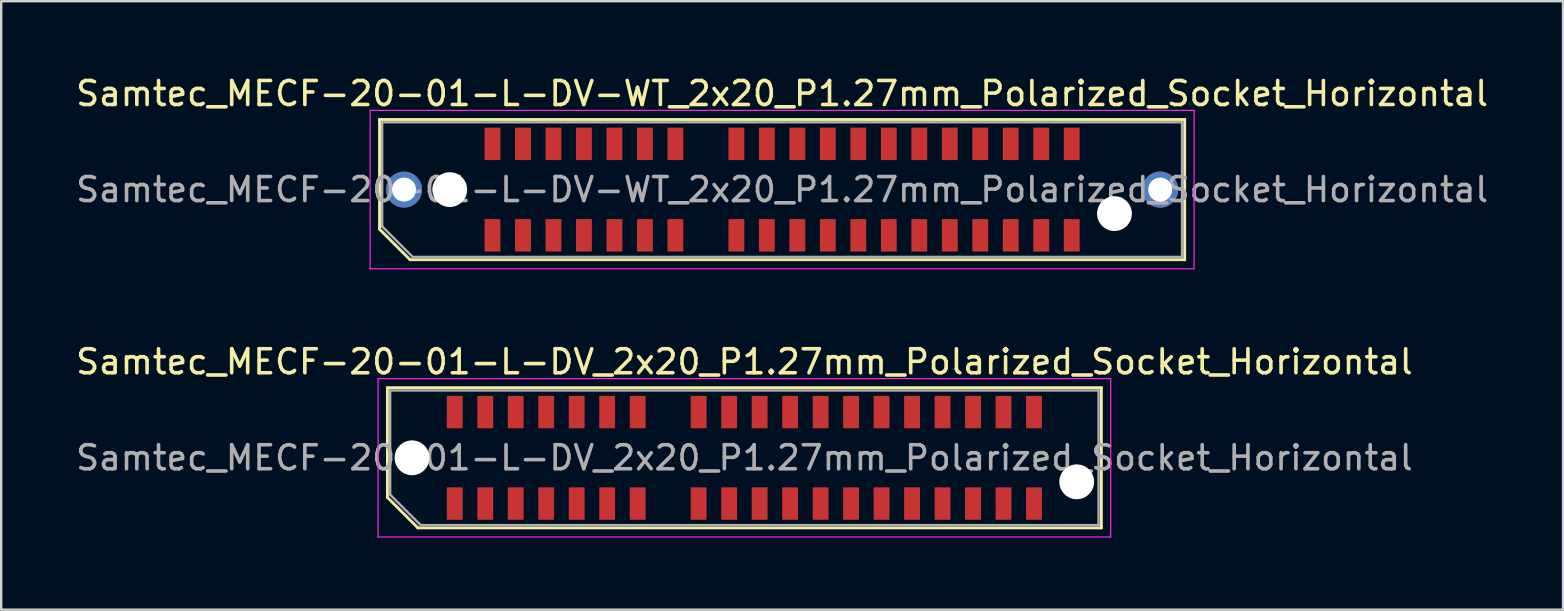
<source format=kicad_pcb>
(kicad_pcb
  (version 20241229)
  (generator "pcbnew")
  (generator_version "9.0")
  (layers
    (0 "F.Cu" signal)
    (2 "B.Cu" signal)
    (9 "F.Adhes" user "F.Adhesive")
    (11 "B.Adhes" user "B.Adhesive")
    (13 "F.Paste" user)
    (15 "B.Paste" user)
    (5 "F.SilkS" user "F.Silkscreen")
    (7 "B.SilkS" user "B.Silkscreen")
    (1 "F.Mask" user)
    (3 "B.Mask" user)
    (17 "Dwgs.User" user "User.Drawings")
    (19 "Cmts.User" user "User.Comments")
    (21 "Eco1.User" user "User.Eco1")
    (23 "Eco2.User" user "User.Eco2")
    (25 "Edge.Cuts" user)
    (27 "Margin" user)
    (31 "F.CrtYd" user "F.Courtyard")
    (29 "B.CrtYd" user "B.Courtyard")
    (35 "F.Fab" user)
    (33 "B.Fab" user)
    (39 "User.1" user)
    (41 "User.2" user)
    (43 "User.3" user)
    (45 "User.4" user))
  (footprint "Samtec_MECF-20-01-L-DV_2x20_P1.27mm_Polarized_Socket_Horizontal"
    (layer "F.Cu")
    (at 27.958 16.021)
    (property "Reference" "Samtec_MECF-20-01-L-DV_2x20_P1.27mm_Polarized_Socket_Horizontal" (at 0 -4 0) (layer "F.SilkS") (effects (font (size 1 1) (thickness 0.15))))
    (attr smd)
    (fp_line (start -14.87 -2.92) (end 14.87 -2.92) (stroke (width 0.12) (type solid)) (layer "F.SilkS"))
    (fp_line (start -14.87 1.65) (end -14.87 -2.92) (stroke (width 0.12) (type solid)) (layer "F.SilkS"))
    (fp_line (start -13.6 2.92) (end -14.87 1.65) (stroke (width 0.12) (type solid)) (layer "F.SilkS"))
    (fp_line (start -13.6 2.92) (end 14.87 2.92) (stroke (width 0.12) (type solid)) (layer "F.SilkS"))
    (fp_line (start 14.87 2.92) (end 14.87 -2.92) (stroke (width 0.12) (type solid)) (layer "F.SilkS"))
    (fp_line (start -15.26 -3.3) (end -15.26 3.3) (stroke (width 0.05) (type solid)) (layer "F.CrtYd"))
    (fp_line (start -15.26 3.3) (end 15.26 3.3) (stroke (width 0.05) (type solid)) (layer "F.CrtYd"))
    (fp_line (start 15.26 -3.3) (end -15.26 -3.3) (stroke (width 0.05) (type solid)) (layer "F.CrtYd"))
    (fp_line (start 15.26 3.3) (end 15.26 -3.3) (stroke (width 0.05) (type solid)) (layer "F.CrtYd"))
    (fp_line (start -14.755 -2.805) (end 14.755 -2.805) (stroke (width 0.1) (type solid)) (layer "F.Fab"))
    (fp_line (start -14.755 1.535) (end -14.755 -2.805) (stroke (width 0.1) (type solid)) (layer "F.Fab"))
    (fp_line (start -14.755 1.535) (end -13.485 2.805) (stroke (width 0.1) (type solid)) (layer "F.Fab"))
    (fp_line (start -13.485 2.805) (end 14.755 2.805) (stroke (width 0.1) (type solid)) (layer "F.Fab"))
    (fp_line (start 14.755 2.805) (end 14.755 -2.805) (stroke (width 0.1) (type solid)) (layer "F.Fab"))
    (fp_text user "${REFERENCE}" (at 0 0 0) (layer "F.Fab") (effects (font (size 1 1) (thickness 0.15))))
    (pad "" np_thru_hole circle (at -13.845 0) (size 1.45 1.45) (drill 1.45) (layers "*.Cu" "*.Mask"))
    (pad "" np_thru_hole circle (at 13.845 1) (size 1.45 1.45) (drill 1.45) (layers "*.Cu" "*.Mask"))
    (pad "1" smd rect (at -12.065 1.905) (size 0.66 1.35) (layers "F.Cu" "F.Mask" "F.Paste"))
    (pad "2" smd rect (at -12.065 -1.905) (size 0.66 1.35) (layers "F.Cu" "F.Mask" "F.Paste"))
    (pad "3" smd rect (at -10.795 1.905) (size 0.66 1.35) (layers "F.Cu" "F.Mask" "F.Paste"))
    (pad "4" smd rect (at -10.795 -1.905) (size 0.66 1.35) (layers "F.Cu" "F.Mask" "F.Paste"))
    (pad "5" smd rect (at -9.525 1.905) (size 0.66 1.35) (layers "F.Cu" "F.Mask" "F.Paste"))
    (pad "6" smd rect (at -9.525 -1.905) (size 0.66 1.35) (layers "F.Cu" "F.Mask" "F.Paste"))
    (pad "7" smd rect (at -8.255 1.905) (size 0.66 1.35) (layers "F.Cu" "F.Mask" "F.Paste"))
    (pad "8" smd rect (at -8.255 -1.905) (size 0.66 1.35) (layers "F.Cu" "F.Mask" "F.Paste"))
    (pad "9" smd rect (at -6.985 1.905) (size 0.66 1.35) (layers "F.Cu" "F.Mask" "F.Paste"))
    (pad "10" smd rect (at -6.985 -1.905) (size 0.66 1.35) (layers "F.Cu" "F.Mask" "F.Paste"))
    (pad "11" smd rect (at -5.715 1.905) (size 0.66 1.35) (layers "F.Cu" "F.Mask" "F.Paste"))
    (pad "12" smd rect (at -5.715 -1.905) (size 0.66 1.35) (layers "F.Cu" "F.Mask" "F.Paste"))
    (pad "13" smd rect (at -4.445 1.905) (size 0.66 1.35) (layers "F.Cu" "F.Mask" "F.Paste"))
    (pad "14" smd rect (at -4.445 -1.905) (size 0.66 1.35) (layers "F.Cu" "F.Mask" "F.Paste"))
    (pad "17" smd rect (at -1.905 1.905) (size 0.66 1.35) (layers "F.Cu" "F.Mask" "F.Paste"))
    (pad "18" smd rect (at -1.905 -1.905) (size 0.66 1.35) (layers "F.Cu" "F.Mask" "F.Paste"))
    (pad "19" smd rect (at -0.635 1.905) (size 0.66 1.35) (layers "F.Cu" "F.Mask" "F.Paste"))
    (pad "20" smd rect (at -0.635 -1.905) (size 0.66 1.35) (layers "F.Cu" "F.Mask" "F.Paste"))
    (pad "21" smd rect (at 0.635 1.905) (size 0.66 1.35) (layers "F.Cu" "F.Mask" "F.Paste"))
    (pad "22" smd rect (at 0.635 -1.905) (size 0.66 1.35) (layers "F.Cu" "F.Mask" "F.Paste"))
    (pad "23" smd rect (at 1.905 1.905) (size 0.66 1.35) (layers "F.Cu" "F.Mask" "F.Paste"))
    (pad "24" smd rect (at 1.905 -1.905) (size 0.66 1.35) (layers "F.Cu" "F.Mask" "F.Paste"))
    (pad "25" smd rect (at 3.175 1.905) (size 0.66 1.35) (layers "F.Cu" "F.Mask" "F.Paste"))
    (pad "26" smd rect (at 3.175 -1.905) (size 0.66 1.35) (layers "F.Cu" "F.Mask" "F.Paste"))
    (pad "27" smd rect (at 4.445 1.905) (size 0.66 1.35) (layers "F.Cu" "F.Mask" "F.Paste"))
    (pad "28" smd rect (at 4.445 -1.905) (size 0.66 1.35) (layers "F.Cu" "F.Mask" "F.Paste"))
    (pad "29" smd rect (at 5.715 1.905) (size 0.66 1.35) (layers "F.Cu" "F.Mask" "F.Paste"))
    (pad "30" smd rect (at 5.715 -1.905) (size 0.66 1.35) (layers "F.Cu" "F.Mask" "F.Paste"))
    (pad "31" smd rect (at 6.985 1.905) (size 0.66 1.35) (layers "F.Cu" "F.Mask" "F.Paste"))
    (pad "32" smd rect (at 6.985 -1.905) (size 0.66 1.35) (layers "F.Cu" "F.Mask" "F.Paste"))
    (pad "33" smd rect (at 8.255 1.905) (size 0.66 1.35) (layers "F.Cu" "F.Mask" "F.Paste"))
    (pad "34" smd rect (at 8.255 -1.905) (size 0.66 1.35) (layers "F.Cu" "F.Mask" "F.Paste"))
    (pad "35" smd rect (at 9.525 1.905) (size 0.66 1.35) (layers "F.Cu" "F.Mask" "F.Paste"))
    (pad "36" smd rect (at 9.525 -1.905) (size 0.66 1.35) (layers "F.Cu" "F.Mask" "F.Paste"))
    (pad "37" smd rect (at 10.795 1.905) (size 0.66 1.35) (layers "F.Cu" "F.Mask" "F.Paste"))
    (pad "38" smd rect (at 10.795 -1.905) (size 0.66 1.35) (layers "F.Cu" "F.Mask" "F.Paste"))
    (pad "39" smd rect (at 12.065 1.905) (size 0.66 1.35) (layers "F.Cu" "F.Mask" "F.Paste"))
    (pad "40" smd rect (at 12.065 -1.905) (size 0.66 1.35) (layers "F.Cu" "F.Mask" "F.Paste")))
  (footprint "Samtec_MECF-20-01-L-DV-WT_2x20_P1.27mm_Polarized_Socket_Horizontal"
    (layer "F.Cu")
    (at 29.53 4.848)
    (property "Reference" "Samtec_MECF-20-01-L-DV-WT_2x20_P1.27mm_Polarized_Socket_Horizontal" (at 0 -4 0) (layer "F.SilkS") (effects (font (size 1 1) (thickness 0.15))))
    (attr smd)
    (fp_line (start -16.77 -2.92) (end 16.77 -2.92) (stroke (width 0.12) (type solid)) (layer "F.SilkS"))
    (fp_line (start -16.77 1.65) (end -16.77 -2.92) (stroke (width 0.12) (type solid)) (layer "F.SilkS"))
    (fp_line (start -15.5 2.92) (end -16.77 1.65) (stroke (width 0.12) (type solid)) (layer "F.SilkS"))
    (fp_line (start -15.5 2.92) (end 16.77 2.92) (stroke (width 0.12) (type solid)) (layer "F.SilkS"))
    (fp_line (start 16.77 2.92) (end 16.77 -2.92) (stroke (width 0.12) (type solid)) (layer "F.SilkS"))
    (fp_line (start -17.16 -3.3) (end -17.16 3.3) (stroke (width 0.05) (type solid)) (layer "F.CrtYd"))
    (fp_line (start -17.16 3.3) (end 17.16 3.3) (stroke (width 0.05) (type solid)) (layer "F.CrtYd"))
    (fp_line (start 17.16 -3.3) (end -17.16 -3.3) (stroke (width 0.05) (type solid)) (layer "F.CrtYd"))
    (fp_line (start 17.16 3.3) (end 17.16 -3.3) (stroke (width 0.05) (type solid)) (layer "F.CrtYd"))
    (fp_line (start -16.66 -2.805) (end 16.66 -2.805) (stroke (width 0.1) (type solid)) (layer "F.Fab"))
    (fp_line (start -16.66 1.535) (end -16.66 -2.805) (stroke (width 0.1) (type solid)) (layer "F.Fab"))
    (fp_line (start -16.66 1.535) (end -15.39 2.805) (stroke (width 0.1) (type solid)) (layer "F.Fab"))
    (fp_line (start -15.39 2.805) (end 16.66 2.805) (stroke (width 0.1) (type solid)) (layer "F.Fab"))
    (fp_line (start 16.66 2.805) (end 16.66 -2.805) (stroke (width 0.1) (type solid)) (layer "F.Fab"))
    (fp_text user "${REFERENCE}" (at 0 0 0) (layer "F.Fab") (effects (font (size 1 1) (thickness 0.15))))
    (pad "" thru_hole circle (at -15.75 0) (size 1.5 1.5) (drill 1) (layers "*.Cu" "*.Mask"))
    (pad "" np_thru_hole circle (at -13.845 0) (size 1.45 1.45) (drill 1.45) (layers "*.Cu" "*.Mask"))
    (pad "" np_thru_hole circle (at 13.845 1) (size 1.45 1.45) (drill 1.45) (layers "*.Cu" "*.Mask"))
    (pad "" thru_hole circle (at 15.75 0) (size 1.5 1.5) (drill 1) (layers "*.Cu" "*.Mask"))
    (pad "1" smd rect (at -12.065 1.905) (size 0.66 1.35) (layers "F.Cu" "F.Mask" "F.Paste"))
    (pad "2" smd rect (at -12.065 -1.905) (size 0.66 1.35) (layers "F.Cu" "F.Mask" "F.Paste"))
    (pad "3" smd rect (at -10.795 1.905) (size 0.66 1.35) (layers "F.Cu" "F.Mask" "F.Paste"))
    (pad "4" smd rect (at -10.795 -1.905) (size 0.66 1.35) (layers "F.Cu" "F.Mask" "F.Paste"))
    (pad "5" smd rect (at -9.525 1.905) (size 0.66 1.35) (layers "F.Cu" "F.Mask" "F.Paste"))
    (pad "6" smd rect (at -9.525 -1.905) (size 0.66 1.35) (layers "F.Cu" "F.Mask" "F.Paste"))
    (pad "7" smd rect (at -8.255 1.905) (size 0.66 1.35) (layers "F.Cu" "F.Mask" "F.Paste"))
    (pad "8" smd rect (at -8.255 -1.905) (size 0.66 1.35) (layers "F.Cu" "F.Mask" "F.Paste"))
    (pad "9" smd rect (at -6.985 1.905) (size 0.66 1.35) (layers "F.Cu" "F.Mask" "F.Paste"))
    (pad "10" smd rect (at -6.985 -1.905) (size 0.66 1.35) (layers "F.Cu" "F.Mask" "F.Paste"))
    (pad "11" smd rect (at -5.715 1.905) (size 0.66 1.35) (layers "F.Cu" "F.Mask" "F.Paste"))
    (pad "12" smd rect (at -5.715 -1.905) (size 0.66 1.35) (layers "F.Cu" "F.Mask" "F.Paste"))
    (pad "13" smd rect (at -4.445 1.905) (size 0.66 1.35) (layers "F.Cu" "F.Mask" "F.Paste"))
    (pad "14" smd rect (at -4.445 -1.905) (size 0.66 1.35) (layers "F.Cu" "F.Mask" "F.Paste"))
    (pad "17" smd rect (at -1.905 1.905) (size 0.66 1.35) (layers "F.Cu" "F.Mask" "F.Paste"))
    (pad "18" smd rect (at -1.905 -1.905) (size 0.66 1.35) (layers "F.Cu" "F.Mask" "F.Paste"))
    (pad "19" smd rect (at -0.635 1.905) (size 0.66 1.35) (layers "F.Cu" "F.Mask" "F.Paste"))
    (pad "20" smd rect (at -0.635 -1.905) (size 0.66 1.35) (layers "F.Cu" "F.Mask" "F.Paste"))
    (pad "21" smd rect (at 0.635 1.905) (size 0.66 1.35) (layers "F.Cu" "F.Mask" "F.Paste"))
    (pad "22" smd rect (at 0.635 -1.905) (size 0.66 1.35) (layers "F.Cu" "F.Mask" "F.Paste"))
    (pad "23" smd rect (at 1.905 1.905) (size 0.66 1.35) (layers "F.Cu" "F.Mask" "F.Paste"))
    (pad "24" smd rect (at 1.905 -1.905) (size 0.66 1.35) (layers "F.Cu" "F.Mask" "F.Paste"))
    (pad "25" smd rect (at 3.175 1.905) (size 0.66 1.35) (layers "F.Cu" "F.Mask" "F.Paste"))
    (pad "26" smd rect (at 3.175 -1.905) (size 0.66 1.35) (layers "F.Cu" "F.Mask" "F.Paste"))
    (pad "27" smd rect (at 4.445 1.905) (size 0.66 1.35) (layers "F.Cu" "F.Mask" "F.Paste"))
    (pad "28" smd rect (at 4.445 -1.905) (size 0.66 1.35) (layers "F.Cu" "F.Mask" "F.Paste"))
    (pad "29" smd rect (at 5.715 1.905) (size 0.66 1.35) (layers "F.Cu" "F.Mask" "F.Paste"))
    (pad "30" smd rect (at 5.715 -1.905) (size 0.66 1.35) (layers "F.Cu" "F.Mask" "F.Paste"))
    (pad "31" smd rect (at 6.985 1.905) (size 0.66 1.35) (layers "F.Cu" "F.Mask" "F.Paste"))
    (pad "32" smd rect (at 6.985 -1.905) (size 0.66 1.35) (layers "F.Cu" "F.Mask" "F.Paste"))
    (pad "33" smd rect (at 8.255 1.905) (size 0.66 1.35) (layers "F.Cu" "F.Mask" "F.Paste"))
    (pad "34" smd rect (at 8.255 -1.905) (size 0.66 1.35) (layers "F.Cu" "F.Mask" "F.Paste"))
    (pad "35" smd rect (at 9.525 1.905) (size 0.66 1.35) (layers "F.Cu" "F.Mask" "F.Paste"))
    (pad "36" smd rect (at 9.525 -1.905) (size 0.66 1.35) (layers "F.Cu" "F.Mask" "F.Paste"))
    (pad "37" smd rect (at 10.795 1.905) (size 0.66 1.35) (layers "F.Cu" "F.Mask" "F.Paste"))
    (pad "38" smd rect (at 10.795 -1.905) (size 0.66 1.35) (layers "F.Cu" "F.Mask" "F.Paste"))
    (pad "39" smd rect (at 12.065 1.905) (size 0.66 1.35) (layers "F.Cu" "F.Mask" "F.Paste"))
    (pad "40" smd rect (at 12.065 -1.905) (size 0.66 1.35) (layers "F.Cu" "F.Mask" "F.Paste")))
  (gr_rect
    (start -3 -3)
    (end 62.06 22.346)
    (stroke (width 0.1) (type default))
    (fill no)
    (layer "Edge.Cuts")))
</source>
